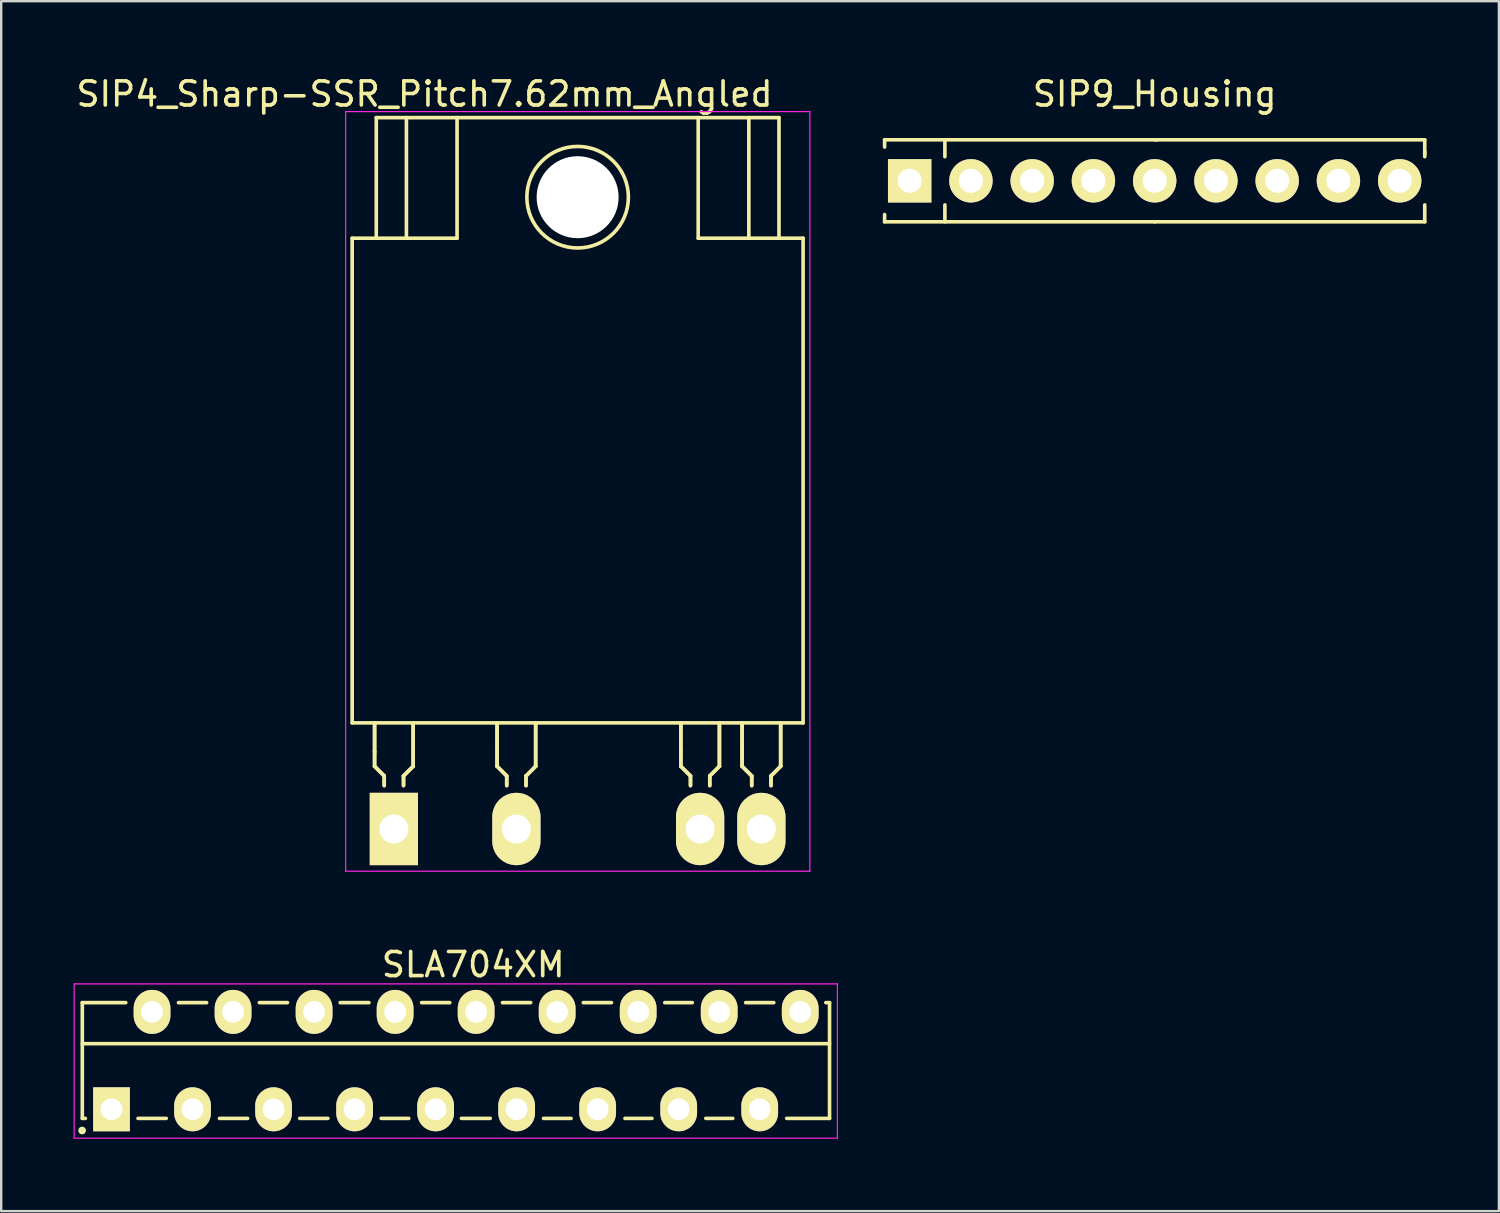
<source format=kicad_pcb>
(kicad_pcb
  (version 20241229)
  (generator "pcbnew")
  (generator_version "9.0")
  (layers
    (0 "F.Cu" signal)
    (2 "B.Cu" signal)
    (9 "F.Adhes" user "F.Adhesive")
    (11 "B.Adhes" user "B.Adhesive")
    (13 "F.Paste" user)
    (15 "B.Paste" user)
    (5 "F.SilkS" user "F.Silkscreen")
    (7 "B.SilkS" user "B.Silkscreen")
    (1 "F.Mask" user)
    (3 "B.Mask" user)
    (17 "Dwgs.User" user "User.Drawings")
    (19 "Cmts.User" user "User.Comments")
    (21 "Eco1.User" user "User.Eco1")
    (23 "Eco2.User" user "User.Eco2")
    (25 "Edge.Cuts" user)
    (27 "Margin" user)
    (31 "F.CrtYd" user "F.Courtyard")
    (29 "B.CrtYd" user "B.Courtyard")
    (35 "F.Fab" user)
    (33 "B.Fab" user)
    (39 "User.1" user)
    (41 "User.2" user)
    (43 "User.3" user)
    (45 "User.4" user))
  (footprint "SLA704XM"
    (layer "F.Cu")
    (at 1.575 42.952)
    (property "Reference" "SLA704XM" (at 15 -6 0) (layer "F.SilkS") (effects (font (size 1 1) (thickness 0.15))))
    (attr through_hole)
    (fp_line (start -1.212 -4.423) (end 0.591 -4.423) (stroke (width 0.15) (type solid)) (layer "F.SilkS"))
    (fp_line (start -1.212 -2.721) (end 29.776 -2.721) (stroke (width 0.15) (type solid)) (layer "F.SilkS"))
    (fp_line (start -1.212 0.377) (end -1.212 -4.423) (stroke (width 0.15) (type solid)) (layer "F.SilkS"))
    (fp_line (start -1.212 0.377) (end -1.085 0.377) (stroke (width 0.15) (type solid)) (layer "F.SilkS"))
    (fp_line (start 1.099 0.377) (end 2.268 0.377) (stroke (width 0.15) (type solid)) (layer "F.SilkS"))
    (fp_line (start 2.776 -4.423) (end 3.944 -4.423) (stroke (width 0.15) (type solid)) (layer "F.SilkS"))
    (fp_line (start 4.477 0.377) (end 5.646 0.377) (stroke (width 0.15) (type solid)) (layer "F.SilkS"))
    (fp_line (start 6.128 -4.423) (end 7.297 -4.423) (stroke (width 0.15) (type solid)) (layer "F.SilkS"))
    (fp_line (start 7.805 0.377) (end 8.973 0.377) (stroke (width 0.15) (type solid)) (layer "F.SilkS"))
    (fp_line (start 9.481 -4.423) (end 10.675 -4.423) (stroke (width 0.15) (type solid)) (layer "F.SilkS"))
    (fp_line (start 11.183 0.377) (end 12.326 0.377) (stroke (width 0.15) (type solid)) (layer "F.SilkS"))
    (fp_line (start 12.859 -4.423) (end 14.028 -4.423) (stroke (width 0.15) (type solid)) (layer "F.SilkS"))
    (fp_line (start 14.51 0.377) (end 15.704 0.377) (stroke (width 0.15) (type solid)) (layer "F.SilkS"))
    (fp_line (start 16.212 -4.423) (end 17.381 -4.423) (stroke (width 0.15) (type solid)) (layer "F.SilkS"))
    (fp_line (start 17.914 0.377) (end 19.057 0.377) (stroke (width 0.15) (type solid)) (layer "F.SilkS"))
    (fp_line (start 19.565 -4.423) (end 20.733 -4.423) (stroke (width 0.15) (type solid)) (layer "F.SilkS"))
    (fp_line (start 21.292 0.377) (end 22.41 0.377) (stroke (width 0.15) (type solid)) (layer "F.SilkS"))
    (fp_line (start 22.943 -4.423) (end 24.086 -4.423) (stroke (width 0.15) (type solid)) (layer "F.SilkS"))
    (fp_line (start 24.645 0.377) (end 25.763 0.377) (stroke (width 0.15) (type solid)) (layer "F.SilkS"))
    (fp_line (start 26.296 -4.423) (end 27.464 -4.423) (stroke (width 0.15) (type solid)) (layer "F.SilkS"))
    (fp_line (start 29.623 -4.423) (end 29.776 -4.423) (stroke (width 0.15) (type solid)) (layer "F.SilkS"))
    (fp_line (start 29.776 -4.423) (end 29.776 0.377) (stroke (width 0.15) (type solid)) (layer "F.SilkS"))
    (fp_line (start 29.776 0.377) (end 27.998 0.377) (stroke (width 0.15) (type solid)) (layer "F.SilkS"))
    (fp_circle (center -1.22 0.88) (end -1.22 0.87) (stroke (width 0.15) (type solid)) (fill no) (layer "F.SilkS"))
    (fp_line (start -1.55 -5.2) (end 30.1 -5.2) (stroke (width 0.05) (type solid)) (layer "F.CrtYd"))
    (fp_line (start -1.55 1.2) (end -1.55 -5.2) (stroke (width 0.05) (type solid)) (layer "F.CrtYd"))
    (fp_line (start 30.1 -5.2) (end 30.1 1.2) (stroke (width 0.05) (type solid)) (layer "F.CrtYd"))
    (fp_line (start 30.1 1.2) (end -1.55 1.2) (stroke (width 0.05) (type solid)) (layer "F.CrtYd"))
    (pad "1" thru_hole rect (at 0 0) (size 1.524 1.824) (drill 0.9) (layers "*.Cu" "*.Mask" "F.SilkS"))
    (pad "2" thru_hole oval (at 1.68 -4.04) (size 1.524 1.824) (drill 0.9) (layers "*.Cu" "*.Mask" "F.SilkS"))
    (pad "3" thru_hole oval (at 3.36 0) (size 1.524 1.824) (drill 0.9) (layers "*.Cu" "*.Mask" "F.SilkS"))
    (pad "4" thru_hole oval (at 5.04 -4.04) (size 1.524 1.824) (drill 0.9) (layers "*.Cu" "*.Mask" "F.SilkS"))
    (pad "5" thru_hole oval (at 6.72 0) (size 1.524 1.824) (drill 0.9) (layers "*.Cu" "*.Mask" "F.SilkS"))
    (pad "6" thru_hole oval (at 8.4 -4.04) (size 1.524 1.824) (drill 0.9) (layers "*.Cu" "*.Mask" "F.SilkS"))
    (pad "7" thru_hole oval (at 10.08 0) (size 1.524 1.824) (drill 0.9) (layers "*.Cu" "*.Mask" "F.SilkS"))
    (pad "8" thru_hole oval (at 11.76 -4.04) (size 1.524 1.824) (drill 0.9) (layers "*.Cu" "*.Mask" "F.SilkS"))
    (pad "9" thru_hole oval (at 13.44 0) (size 1.524 1.824) (drill 0.9) (layers "*.Cu" "*.Mask" "F.SilkS"))
    (pad "10" thru_hole oval (at 15.12 -4.04) (size 1.524 1.824) (drill 0.9) (layers "*.Cu" "*.Mask" "F.SilkS"))
    (pad "11" thru_hole oval (at 16.8 0) (size 1.524 1.824) (drill 0.9) (layers "*.Cu" "*.Mask" "F.SilkS"))
    (pad "12" thru_hole oval (at 18.48 -4.04) (size 1.524 1.824) (drill 0.9) (layers "*.Cu" "*.Mask" "F.SilkS"))
    (pad "13" thru_hole oval (at 20.16 0) (size 1.524 1.824) (drill 0.9) (layers "*.Cu" "*.Mask" "F.SilkS"))
    (pad "14" thru_hole oval (at 21.84 -4.04) (size 1.524 1.824) (drill 0.9) (layers "*.Cu" "*.Mask" "F.SilkS"))
    (pad "15" thru_hole oval (at 23.52 0) (size 1.524 1.824) (drill 0.9) (layers "*.Cu" "*.Mask" "F.SilkS"))
    (pad "16" thru_hole oval (at 25.2 -4.04) (size 1.524 1.824) (drill 0.9) (layers "*.Cu" "*.Mask" "F.SilkS"))
    (pad "17" thru_hole oval (at 26.88 0) (size 1.524 1.824) (drill 0.9) (layers "*.Cu" "*.Mask" "F.SilkS"))
    (pad "18" thru_hole oval (at 28.56 -4.04) (size 1.524 1.824) (drill 0.9) (layers "*.Cu" "*.Mask" "F.SilkS")))
  (footprint "SIP9_Housing"
    (layer "F.Cu")
    (at 44.834 4.448)
    (property "Reference" "SIP9_Housing" (at 0 -3.6 0) (layer "F.SilkS") (effects (font (size 1 1) (thickness 0.15))))
    (attr through_hole)
    (fp_line (start -11.2 -1.7) (end -11.2 -1.4) (stroke (width 0.15) (type solid)) (layer "F.SilkS"))
    (fp_line (start -11.2 1.7) (end -11.2 1.4) (stroke (width 0.15) (type solid)) (layer "F.SilkS"))
    (fp_line (start -8.7 -1.7) (end -8.7 -1) (stroke (width 0.15) (type solid)) (layer "F.SilkS"))
    (fp_line (start -8.7 1.7) (end -8.7 1) (stroke (width 0.15) (type solid)) (layer "F.SilkS"))
    (fp_line (start 0 -1.7) (end 11.2 -1.7) (stroke (width 0.15) (type solid)) (layer "F.SilkS"))
    (fp_line (start 0 1.7) (end -11.2 1.7) (stroke (width 0.15) (type solid)) (layer "F.SilkS"))
    (fp_line (start 0 1.7) (end 11.2 1.7) (stroke (width 0.15) (type solid)) (layer "F.SilkS"))
    (fp_line (start 0.1 -1.7) (end -11.2 -1.7) (stroke (width 0.15) (type solid)) (layer "F.SilkS"))
    (fp_line (start 11.2 -1.7) (end 11.2 -1.1) (stroke (width 0.15) (type solid)) (layer "F.SilkS"))
    (fp_line (start 11.2 -1.2) (end 11.2 -1) (stroke (width 0.15) (type solid)) (layer "F.SilkS"))
    (fp_line (start 11.2 1.7) (end 11.2 1) (stroke (width 0.15) (type solid)) (layer "F.SilkS"))
    (pad "1" thru_hole rect (at -10.16 0 90) (size 1.8 1.8) (drill 1) (layers "*.Cu" "*.Mask" "F.SilkS"))
    (pad "2" thru_hole circle (at -7.62 0 90) (size 1.8 1.8) (drill 1) (layers "*.Cu" "*.Mask" "F.SilkS"))
    (pad "3" thru_hole circle (at -5.08 0 90) (size 1.8 1.8) (drill 1) (layers "*.Cu" "*.Mask" "F.SilkS"))
    (pad "4" thru_hole circle (at -2.54 0 90) (size 1.8 1.8) (drill 1) (layers "*.Cu" "*.Mask" "F.SilkS"))
    (pad "5" thru_hole circle (at 0 0 90) (size 1.8 1.8) (drill 1) (layers "*.Cu" "*.Mask" "F.SilkS"))
    (pad "6" thru_hole circle (at 2.54 0 90) (size 1.8 1.8) (drill 1) (layers "*.Cu" "*.Mask" "F.SilkS"))
    (pad "7" thru_hole circle (at 5.08 0 90) (size 1.8 1.8) (drill 1) (layers "*.Cu" "*.Mask" "F.SilkS"))
    (pad "8" thru_hole circle (at 7.62 0 90) (size 1.8 1.8) (drill 1) (layers "*.Cu" "*.Mask" "F.SilkS"))
    (pad "9" thru_hole circle (at 10.16 0 90) (size 1.8 1.8) (drill 1) (layers "*.Cu" "*.Mask" "F.SilkS")))
  (footprint "SIP4_Sharp-SSR_Pitch7.62mm_Angled"
    (layer "F.Cu")
    (at 13.284 31.328)
    (property "Reference" "SIP4_Sharp-SSR_Pitch7.62mm_Angled" (at 1.27 -30.48 0) (layer "F.SilkS") (effects (font (size 1 1) (thickness 0.15))))
    (attr through_hole)
    (fp_line (start -1.73 -24.5) (end 2.62 -24.5) (stroke (width 0.15) (type solid)) (layer "F.SilkS"))
    (fp_line (start -1.73 -4.4) (end -1.73 -24.5) (stroke (width 0.15) (type solid)) (layer "F.SilkS"))
    (fp_line (start -0.8 -3.2) (end -0.8 -4.4) (stroke (width 0.15) (type solid)) (layer "F.SilkS"))
    (fp_line (start -0.8 -3.2) (end -0.8 -4.4) (stroke (width 0.15) (type solid)) (layer "F.SilkS"))
    (fp_line (start -0.8 -2.6) (end -0.8 -3.2) (stroke (width 0.15) (type solid)) (layer "F.SilkS"))
    (fp_line (start -0.8 -2.6) (end -0.8 -3.2) (stroke (width 0.15) (type solid)) (layer "F.SilkS"))
    (fp_line (start -0.73 -29.5) (end 15.97 -29.5) (stroke (width 0.15) (type solid)) (layer "F.SilkS"))
    (fp_line (start -0.73 -24.5) (end -0.73 -29.5) (stroke (width 0.15) (type solid)) (layer "F.SilkS"))
    (fp_line (start -0.4 -2.2) (end -0.8 -2.6) (stroke (width 0.15) (type solid)) (layer "F.SilkS"))
    (fp_line (start -0.4 -2.2) (end -0.8 -2.6) (stroke (width 0.15) (type solid)) (layer "F.SilkS"))
    (fp_line (start -0.4 -2.2) (end -0.4 -1.8) (stroke (width 0.15) (type solid)) (layer "F.SilkS"))
    (fp_line (start -0.4 -2.2) (end -0.4 -1.8) (stroke (width 0.15) (type solid)) (layer "F.SilkS"))
    (fp_line (start 0.4 -2.2) (end 0.8 -2.6) (stroke (width 0.15) (type solid)) (layer "F.SilkS"))
    (fp_line (start 0.4 -2.2) (end 0.8 -2.6) (stroke (width 0.15) (type solid)) (layer "F.SilkS"))
    (fp_line (start 0.4 -1.8) (end 0.4 -2.2) (stroke (width 0.15) (type solid)) (layer "F.SilkS"))
    (fp_line (start 0.4 -1.8) (end 0.4 -2.2) (stroke (width 0.15) (type solid)) (layer "F.SilkS"))
    (fp_line (start 0.52 -24.5) (end 0.52 -29.5) (stroke (width 0.15) (type solid)) (layer "F.SilkS"))
    (fp_line (start 0.8 -2.6) (end 0.8 -4.4) (stroke (width 0.15) (type solid)) (layer "F.SilkS"))
    (fp_line (start 0.8 -2.6) (end 0.8 -4.4) (stroke (width 0.15) (type solid)) (layer "F.SilkS"))
    (fp_line (start 2.62 -29.5) (end 2.62 -24.5) (stroke (width 0.15) (type solid)) (layer "F.SilkS"))
    (fp_line (start 4.28 -3.2) (end 4.28 -4.4) (stroke (width 0.15) (type solid)) (layer "F.SilkS"))
    (fp_line (start 4.28 -3.2) (end 4.28 -4.4) (stroke (width 0.15) (type solid)) (layer "F.SilkS"))
    (fp_line (start 4.28 -2.6) (end 4.28 -3.2) (stroke (width 0.15) (type solid)) (layer "F.SilkS"))
    (fp_line (start 4.28 -2.6) (end 4.28 -3.2) (stroke (width 0.15) (type solid)) (layer "F.SilkS"))
    (fp_line (start 4.68 -2.2) (end 4.28 -2.6) (stroke (width 0.15) (type solid)) (layer "F.SilkS"))
    (fp_line (start 4.68 -2.2) (end 4.28 -2.6) (stroke (width 0.15) (type solid)) (layer "F.SilkS"))
    (fp_line (start 4.68 -2.2) (end 4.68 -1.8) (stroke (width 0.15) (type solid)) (layer "F.SilkS"))
    (fp_line (start 4.68 -2.2) (end 4.68 -1.8) (stroke (width 0.15) (type solid)) (layer "F.SilkS"))
    (fp_line (start 5.48 -2.2) (end 5.88 -2.6) (stroke (width 0.15) (type solid)) (layer "F.SilkS"))
    (fp_line (start 5.48 -2.2) (end 5.88 -2.6) (stroke (width 0.15) (type solid)) (layer "F.SilkS"))
    (fp_line (start 5.48 -1.8) (end 5.48 -2.2) (stroke (width 0.15) (type solid)) (layer "F.SilkS"))
    (fp_line (start 5.48 -1.8) (end 5.48 -2.2) (stroke (width 0.15) (type solid)) (layer "F.SilkS"))
    (fp_line (start 5.88 -2.6) (end 5.88 -4.4) (stroke (width 0.15) (type solid)) (layer "F.SilkS"))
    (fp_line (start 5.88 -2.6) (end 5.88 -4.4) (stroke (width 0.15) (type solid)) (layer "F.SilkS"))
    (fp_line (start 11.9 -3.2) (end 11.9 -4.4) (stroke (width 0.15) (type solid)) (layer "F.SilkS"))
    (fp_line (start 11.9 -3.2) (end 11.9 -4.4) (stroke (width 0.15) (type solid)) (layer "F.SilkS"))
    (fp_line (start 11.9 -2.6) (end 11.9 -3.2) (stroke (width 0.15) (type solid)) (layer "F.SilkS"))
    (fp_line (start 11.9 -2.6) (end 11.9 -3.2) (stroke (width 0.15) (type solid)) (layer "F.SilkS"))
    (fp_line (start 12.3 -2.2) (end 11.9 -2.6) (stroke (width 0.15) (type solid)) (layer "F.SilkS"))
    (fp_line (start 12.3 -2.2) (end 11.9 -2.6) (stroke (width 0.15) (type solid)) (layer "F.SilkS"))
    (fp_line (start 12.3 -2.2) (end 12.3 -1.8) (stroke (width 0.15) (type solid)) (layer "F.SilkS"))
    (fp_line (start 12.3 -2.2) (end 12.3 -1.8) (stroke (width 0.15) (type solid)) (layer "F.SilkS"))
    (fp_line (start 12.62 -29.5) (end 12.62 -24.5) (stroke (width 0.15) (type solid)) (layer "F.SilkS"))
    (fp_line (start 12.62 -24.5) (end 16.97 -24.5) (stroke (width 0.15) (type solid)) (layer "F.SilkS"))
    (fp_line (start 13.1 -2.2) (end 13.5 -2.6) (stroke (width 0.15) (type solid)) (layer "F.SilkS"))
    (fp_line (start 13.1 -2.2) (end 13.5 -2.6) (stroke (width 0.15) (type solid)) (layer "F.SilkS"))
    (fp_line (start 13.1 -1.8) (end 13.1 -2.2) (stroke (width 0.15) (type solid)) (layer "F.SilkS"))
    (fp_line (start 13.1 -1.8) (end 13.1 -2.2) (stroke (width 0.15) (type solid)) (layer "F.SilkS"))
    (fp_line (start 13.5 -2.6) (end 13.5 -4.4) (stroke (width 0.15) (type solid)) (layer "F.SilkS"))
    (fp_line (start 13.5 -2.6) (end 13.5 -4.4) (stroke (width 0.15) (type solid)) (layer "F.SilkS"))
    (fp_line (start 14.44 -3.2) (end 14.44 -4.4) (stroke (width 0.15) (type solid)) (layer "F.SilkS"))
    (fp_line (start 14.44 -3.2) (end 14.44 -4.4) (stroke (width 0.15) (type solid)) (layer "F.SilkS"))
    (fp_line (start 14.44 -2.6) (end 14.44 -3.2) (stroke (width 0.15) (type solid)) (layer "F.SilkS"))
    (fp_line (start 14.44 -2.6) (end 14.44 -3.2) (stroke (width 0.15) (type solid)) (layer "F.SilkS"))
    (fp_line (start 14.72 -24.5) (end 14.72 -29.5) (stroke (width 0.15) (type solid)) (layer "F.SilkS"))
    (fp_line (start 14.84 -2.2) (end 14.44 -2.6) (stroke (width 0.15) (type solid)) (layer "F.SilkS"))
    (fp_line (start 14.84 -2.2) (end 14.44 -2.6) (stroke (width 0.15) (type solid)) (layer "F.SilkS"))
    (fp_line (start 14.84 -2.2) (end 14.84 -1.8) (stroke (width 0.15) (type solid)) (layer "F.SilkS"))
    (fp_line (start 14.84 -2.2) (end 14.84 -1.8) (stroke (width 0.15) (type solid)) (layer "F.SilkS"))
    (fp_line (start 15.64 -2.2) (end 16.04 -2.6) (stroke (width 0.15) (type solid)) (layer "F.SilkS"))
    (fp_line (start 15.64 -2.2) (end 16.04 -2.6) (stroke (width 0.15) (type solid)) (layer "F.SilkS"))
    (fp_line (start 15.64 -1.8) (end 15.64 -2.2) (stroke (width 0.15) (type solid)) (layer "F.SilkS"))
    (fp_line (start 15.64 -1.8) (end 15.64 -2.2) (stroke (width 0.15) (type solid)) (layer "F.SilkS"))
    (fp_line (start 15.97 -24.5) (end 15.97 -29.5) (stroke (width 0.15) (type solid)) (layer "F.SilkS"))
    (fp_line (start 16.04 -2.6) (end 16.04 -4.4) (stroke (width 0.15) (type solid)) (layer "F.SilkS"))
    (fp_line (start 16.04 -2.6) (end 16.04 -4.4) (stroke (width 0.15) (type solid)) (layer "F.SilkS"))
    (fp_line (start 16.97 -24.5) (end 16.97 -4.4) (stroke (width 0.15) (type solid)) (layer "F.SilkS"))
    (fp_line (start 16.97 -4.4) (end -1.73 -4.4) (stroke (width 0.15) (type solid)) (layer "F.SilkS"))
    (fp_circle (center 7.62 -26.2) (end 9.35 -27.4) (stroke (width 0.15) (type solid)) (fill no) (layer "F.SilkS"))
    (fp_line (start -2 -29.75) (end 17.25 -29.75) (stroke (width 0.05) (type solid)) (layer "F.CrtYd"))
    (fp_line (start -2 1.75) (end -2 -29.75) (stroke (width 0.05) (type solid)) (layer "F.CrtYd"))
    (fp_line (start 17.25 -29.75) (end 17.25 1.75) (stroke (width 0.05) (type solid)) (layer "F.CrtYd"))
    (fp_line (start 17.25 1.75) (end -2 1.75) (stroke (width 0.05) (type solid)) (layer "F.CrtYd"))
    (pad "" np_thru_hole circle (at 7.62 -26.2) (size 3.4 3.4) (drill 3.4) (layers "*.Cu" "*.Mask"))
    (pad "1" thru_hole rect (at 0 0) (size 2 3) (drill 1.2) (layers "*.Cu" "*.Mask" "F.SilkS"))
    (pad "2" thru_hole oval (at 5.08 0) (size 2 3) (drill 1.2) (layers "*.Cu" "*.Mask" "F.SilkS"))
    (pad "3" thru_hole oval (at 12.7 0) (size 2 3) (drill 1.2) (layers "*.Cu" "*.Mask" "F.SilkS"))
    (pad "4" thru_hole oval (at 15.24 0) (size 2 3) (drill 1.2) (layers "*.Cu" "*.Mask" "F.SilkS")))
  (gr_rect
    (start -3 -3)
    (end 59.109 47.176)
    (stroke (width 0.1) (type default))
    (fill no)
    (layer "Edge.Cuts")))
</source>
